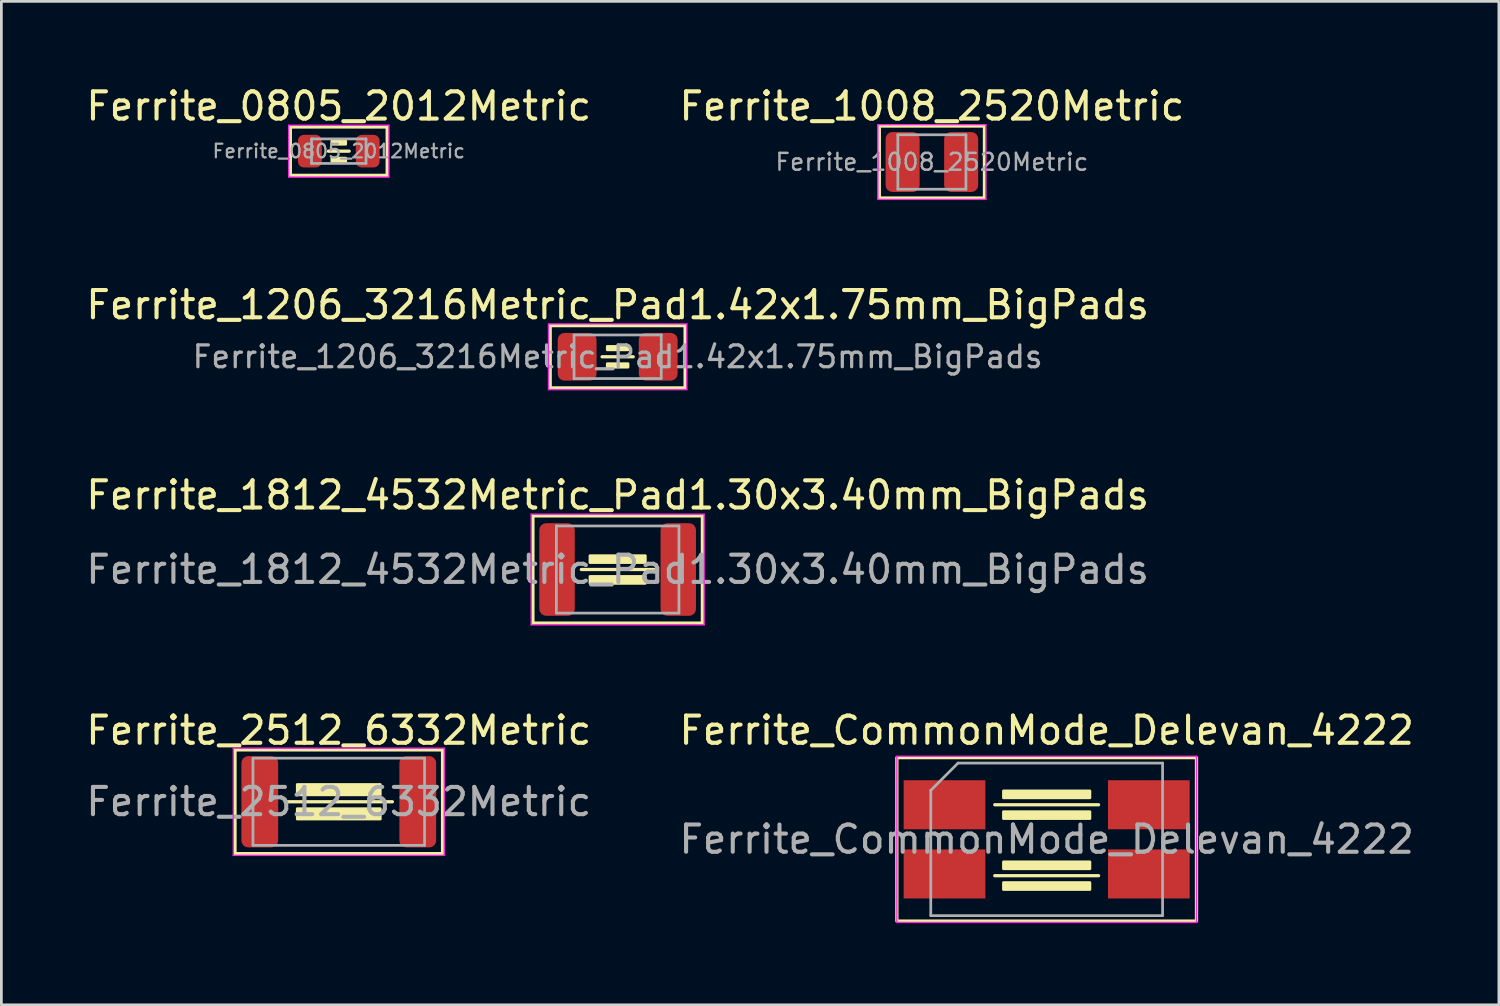
<source format=kicad_pcb>
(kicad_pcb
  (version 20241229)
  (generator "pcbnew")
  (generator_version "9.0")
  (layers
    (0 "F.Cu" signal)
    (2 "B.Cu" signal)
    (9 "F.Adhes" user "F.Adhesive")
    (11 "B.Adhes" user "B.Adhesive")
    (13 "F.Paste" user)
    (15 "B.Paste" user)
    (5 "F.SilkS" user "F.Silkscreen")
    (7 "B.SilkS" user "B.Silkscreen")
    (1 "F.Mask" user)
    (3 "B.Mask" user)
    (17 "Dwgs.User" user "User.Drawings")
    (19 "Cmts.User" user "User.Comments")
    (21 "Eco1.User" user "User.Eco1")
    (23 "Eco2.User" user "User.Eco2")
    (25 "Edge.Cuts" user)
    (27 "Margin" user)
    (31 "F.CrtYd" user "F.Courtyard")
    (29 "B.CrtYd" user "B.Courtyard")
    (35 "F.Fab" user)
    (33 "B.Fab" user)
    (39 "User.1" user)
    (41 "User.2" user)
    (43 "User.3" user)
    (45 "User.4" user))
  (footprint "Ferrite_CommonMode_Delevan_4222"
    (layer "F.Cu")
    (at 35.375 27.764)
    (property "Reference" "Ferrite_CommonMode_Delevan_4222" (at 0 -4 0) (layer "F.SilkS") (effects (font (size 1 1) (thickness 0.15))))
    (attr smd)
    (fp_line (start -1.905 -1.27) (end 1.905 -1.27) (stroke (width 0.12) (type solid)) (layer "F.SilkS"))
    (fp_line (start -1.905 1.333) (end 1.905 1.333) (stroke (width 0.12) (type solid)) (layer "F.SilkS"))
    (fp_rect (start -5.5 -3) (end 5.5 3) (stroke (width 0.12) (type solid)) (fill no) (layer "F.SilkS"))
    (fp_poly (pts (xy 1.587 -1.778) (xy 1.587 -1.524) (xy -1.587 -1.524) (xy -1.587 -1.778)) (stroke (width 0.1) (type solid)) (fill yes) (layer "F.SilkS"))
    (fp_poly (pts (xy 1.587 -1.016) (xy 1.587 -0.762) (xy -1.587 -0.762) (xy -1.587 -1.016)) (stroke (width 0.1) (type solid)) (fill yes) (layer "F.SilkS"))
    (fp_poly (pts (xy 1.587 0.826) (xy 1.587 1.079) (xy -1.587 1.079) (xy -1.587 0.826)) (stroke (width 0.1) (type solid)) (fill yes) (layer "F.SilkS"))
    (fp_poly (pts (xy 1.587 1.587) (xy 1.587 1.841) (xy -1.587 1.841) (xy -1.587 1.587)) (stroke (width 0.1) (type solid)) (fill yes) (layer "F.SilkS"))
    (fp_line (start -5.5 -3.05) (end 5.5 -3.05) (stroke (width 0.05) (type solid)) (layer "F.CrtYd"))
    (fp_line (start -5.5 3.05) (end -5.5 -3.05) (stroke (width 0.05) (type solid)) (layer "F.CrtYd"))
    (fp_line (start 5.5 -3.05) (end 5.5 3.05) (stroke (width 0.05) (type solid)) (layer "F.CrtYd"))
    (fp_line (start 5.5 3.05) (end -5.5 3.05) (stroke (width 0.05) (type solid)) (layer "F.CrtYd"))
    (fp_line (start -4.255 -1.8) (end -4.255 2.8) (stroke (width 0.1) (type solid)) (layer "F.Fab"))
    (fp_line (start -4.255 -1.8) (end -3.255 -2.8) (stroke (width 0.1) (type solid)) (layer "F.Fab"))
    (fp_line (start -3.255 -2.8) (end 4.255 -2.8) (stroke (width 0.1) (type solid)) (layer "F.Fab"))
    (fp_line (start 4.255 -2.8) (end 4.255 2.8) (stroke (width 0.1) (type solid)) (layer "F.Fab"))
    (fp_line (start 4.255 2.8) (end -4.255 2.8) (stroke (width 0.1) (type solid)) (layer "F.Fab"))
    (fp_text user "${REFERENCE}" (at 0 0 0) (layer "F.Fab") (effects (font (size 1 1) (thickness 0.15))))
    (pad "1" smd rect (at -3.75 -1.27) (size 3 1.8) (layers "F.Cu" "F.Mask" "F.Paste"))
    (pad "2" smd rect (at -3.75 1.27) (size 3 1.8) (layers "F.Cu" "F.Mask" "F.Paste"))
    (pad "3" smd rect (at 3.75 1.27) (size 3 1.8) (layers "F.Cu" "F.Mask" "F.Paste"))
    (pad "4" smd rect (at 3.75 -1.27) (size 3 1.8) (layers "F.Cu" "F.Mask" "F.Paste")))
  (footprint "Ferrite_1812_4532Metric_Pad1.30x3.40mm_BigPads"
    (layer "F.Cu")
    (at 19.625 17.858)
    (property "Reference" "Ferrite_1812_4532Metric_Pad1.30x3.40mm_BigPads" (at 0 -2.731 0) (layer "F.SilkS") (effects (font (size 1 1) (thickness 0.15))))
    (attr smd)
    (fp_line (start -3.111 -1.968) (end 3.111 -1.968) (stroke (width 0.12) (type solid)) (layer "F.SilkS"))
    (fp_line (start -3.111 1.968) (end -3.111 -1.968) (stroke (width 0.12) (type solid)) (layer "F.SilkS"))
    (fp_line (start -1.333 0) (end 1.333 0) (stroke (width 0.12) (type solid)) (layer "F.SilkS"))
    (fp_line (start 3.111 -1.968) (end 3.111 1.968) (stroke (width 0.12) (type solid)) (layer "F.SilkS"))
    (fp_line (start 3.111 1.968) (end -3.111 1.968) (stroke (width 0.12) (type solid)) (layer "F.SilkS"))
    (fp_poly (pts (xy 1.016 -0.254) (xy -1.016 -0.254) (xy -1.016 -0.508) (xy 1.016 -0.508)) (stroke (width 0.1) (type solid)) (fill yes) (layer "F.SilkS"))
    (fp_poly (pts (xy 1.016 0.508) (xy -1.016 0.508) (xy -1.016 0.254) (xy 1.016 0.254)) (stroke (width 0.1) (type solid)) (fill yes) (layer "F.SilkS"))
    (fp_line (start -3.175 -2.032) (end 3.175 -2.032) (stroke (width 0.05) (type solid)) (layer "F.CrtYd"))
    (fp_line (start -3.175 2.032) (end -3.175 -2.032) (stroke (width 0.05) (type solid)) (layer "F.CrtYd"))
    (fp_line (start 3.175 -2.032) (end 3.175 2.032) (stroke (width 0.05) (type solid)) (layer "F.CrtYd"))
    (fp_line (start 3.175 2.032) (end -3.175 2.032) (stroke (width 0.05) (type solid)) (layer "F.CrtYd"))
    (fp_line (start -2.25 -1.6) (end 2.25 -1.6) (stroke (width 0.1) (type solid)) (layer "F.Fab"))
    (fp_line (start -2.25 1.6) (end -2.25 -1.6) (stroke (width 0.1) (type solid)) (layer "F.Fab"))
    (fp_line (start 2.25 -1.6) (end 2.25 1.6) (stroke (width 0.1) (type solid)) (layer "F.Fab"))
    (fp_line (start 2.25 1.6) (end -2.25 1.6) (stroke (width 0.1) (type solid)) (layer "F.Fab"))
    (fp_text user "${REFERENCE}" (at 0 0 0) (layer "F.Fab") (effects (font (size 1 1) (thickness 0.15))))
    (pad "1" smd roundrect (at -2.225 0) (size 1.3 3.4) (layers "F.Cu" "F.Mask" "F.Paste") (roundrect_rratio 0.192))
    (pad "2" smd roundrect (at 2.225 0) (size 1.3 3.4) (layers "F.Cu" "F.Mask" "F.Paste") (roundrect_rratio 0.192)))
  (footprint "Ferrite_2512_6332Metric"
    (layer "F.Cu")
    (at 9.387 26.384)
    (property "Reference" "Ferrite_2512_6332Metric" (at 0 -2.62 0) (layer "F.SilkS") (effects (font (size 1 1) (thickness 0.15))))
    (attr smd)
    (fp_line (start -3.81 -1.905) (end 3.81 -1.905) (stroke (width 0.12) (type solid)) (layer "F.SilkS"))
    (fp_line (start -3.81 1.905) (end -3.81 -1.905) (stroke (width 0.12) (type solid)) (layer "F.SilkS"))
    (fp_line (start -1.968 0) (end 1.968 0) (stroke (width 0.12) (type solid)) (layer "F.SilkS"))
    (fp_line (start 3.81 -1.905) (end 3.81 1.905) (stroke (width 0.12) (type solid)) (layer "F.SilkS"))
    (fp_line (start 3.81 1.905) (end -3.81 1.905) (stroke (width 0.12) (type solid)) (layer "F.SilkS"))
    (fp_poly (pts (xy 1.524 -0.254) (xy -1.524 -0.254) (xy -1.524 -0.635) (xy 1.524 -0.635)) (stroke (width 0.1) (type solid)) (fill yes) (layer "F.SilkS"))
    (fp_poly (pts (xy 1.524 0.635) (xy -1.524 0.635) (xy -1.524 0.254) (xy 1.524 0.254)) (stroke (width 0.1) (type solid)) (fill yes) (layer "F.SilkS"))
    (fp_line (start -3.873 -1.968) (end 3.873 -1.968) (stroke (width 0.05) (type solid)) (layer "F.CrtYd"))
    (fp_line (start -3.873 1.968) (end -3.873 -1.968) (stroke (width 0.05) (type solid)) (layer "F.CrtYd"))
    (fp_line (start 3.873 -1.968) (end 3.873 1.968) (stroke (width 0.05) (type solid)) (layer "F.CrtYd"))
    (fp_line (start 3.873 1.968) (end -3.873 1.968) (stroke (width 0.05) (type solid)) (layer "F.CrtYd"))
    (fp_line (start -3.15 -1.6) (end 3.15 -1.6) (stroke (width 0.1) (type solid)) (layer "F.Fab"))
    (fp_line (start -3.15 1.6) (end -3.15 -1.6) (stroke (width 0.1) (type solid)) (layer "F.Fab"))
    (fp_line (start 3.15 -1.6) (end 3.15 1.6) (stroke (width 0.1) (type solid)) (layer "F.Fab"))
    (fp_line (start 3.15 1.6) (end -3.15 1.6) (stroke (width 0.1) (type solid)) (layer "F.Fab"))
    (fp_text user "${REFERENCE}" (at 0 0 0) (layer "F.Fab") (effects (font (size 1 1) (thickness 0.15))))
    (pad "1" smd roundrect (at -2.9 0) (size 1.35 3.35) (layers "F.Cu" "F.Mask" "F.Paste") (roundrect_rratio 0.185))
    (pad "2" smd roundrect (at 2.9 0) (size 1.35 3.35) (layers "F.Cu" "F.Mask" "F.Paste") (roundrect_rratio 0.185)))
  (footprint "Ferrite_1008_2520Metric"
    (layer "F.Cu")
    (at 31.161 2.898)
    (property "Reference" "Ferrite_1008_2520Metric" (at 0 -2.05 0) (layer "F.SilkS") (effects (font (size 1 1) (thickness 0.15))))
    (attr smd)
    (fp_line (start -1.93 -1.321) (end 1.93 -1.321) (stroke (width 0.12) (type solid)) (layer "F.SilkS"))
    (fp_line (start -1.93 1.321) (end -1.93 -1.321) (stroke (width 0.12) (type solid)) (layer "F.SilkS"))
    (fp_line (start 1.93 -1.321) (end 1.93 1.321) (stroke (width 0.12) (type solid)) (layer "F.SilkS"))
    (fp_line (start 1.93 1.321) (end -1.93 1.321) (stroke (width 0.12) (type solid)) (layer "F.SilkS"))
    (fp_line (start -1.981 -1.372) (end 1.981 -1.372) (stroke (width 0.05) (type solid)) (layer "F.CrtYd"))
    (fp_line (start -1.981 1.372) (end -1.981 -1.372) (stroke (width 0.05) (type solid)) (layer "F.CrtYd"))
    (fp_line (start 1.981 -1.372) (end 1.981 1.372) (stroke (width 0.05) (type solid)) (layer "F.CrtYd"))
    (fp_line (start 1.981 1.372) (end -1.981 1.372) (stroke (width 0.05) (type solid)) (layer "F.CrtYd"))
    (fp_line (start -1.25 -1) (end 1.25 -1) (stroke (width 0.1) (type solid)) (layer "F.Fab"))
    (fp_line (start -1.25 1) (end -1.25 -1) (stroke (width 0.1) (type solid)) (layer "F.Fab"))
    (fp_line (start 1.25 -1) (end 1.25 1) (stroke (width 0.1) (type solid)) (layer "F.Fab"))
    (fp_line (start 1.25 1) (end -1.25 1) (stroke (width 0.1) (type solid)) (layer "F.Fab"))
    (fp_text user "${REFERENCE}" (at 0 0 0) (layer "F.Fab") (effects (font (size 0.62 0.62) (thickness 0.09))))
    (pad "1" smd roundrect (at -1.075 0) (size 1.25 2.2) (layers "F.Cu" "F.Mask" "F.Paste") (roundrect_rratio 0.2))
    (pad "2" smd roundrect (at 1.075 0) (size 1.25 2.2) (layers "F.Cu" "F.Mask" "F.Paste") (roundrect_rratio 0.2)))
  (footprint "Ferrite_1206_3216Metric_Pad1.42x1.75mm_BigPads"
    (layer "F.Cu")
    (at 19.625 10.048)
    (property "Reference" "Ferrite_1206_3216Metric_Pad1.42x1.75mm_BigPads" (at 0 -1.905 0) (layer "F.SilkS") (effects (font (size 1 1) (thickness 0.15))))
    (attr smd)
    (fp_line (start -2.477 -1.143) (end 2.477 -1.143) (stroke (width 0.12) (type solid)) (layer "F.SilkS"))
    (fp_line (start -2.477 1.143) (end -2.477 -1.143) (stroke (width 0.12) (type solid)) (layer "F.SilkS"))
    (fp_line (start -0.572 0) (end 0.572 0) (stroke (width 0.12) (type solid)) (layer "F.SilkS"))
    (fp_line (start 2.477 -1.143) (end 2.477 1.143) (stroke (width 0.12) (type solid)) (layer "F.SilkS"))
    (fp_line (start 2.477 1.143) (end -2.477 1.143) (stroke (width 0.12) (type solid)) (layer "F.SilkS"))
    (fp_poly (pts (xy 0.381 -0.254) (xy -0.381 -0.254) (xy -0.381 -0.381) (xy 0.381 -0.381)) (stroke (width 0.1) (type solid)) (fill yes) (layer "F.SilkS"))
    (fp_poly (pts (xy 0.381 0.381) (xy -0.381 0.381) (xy -0.381 0.254) (xy 0.381 0.254)) (stroke (width 0.1) (type solid)) (fill yes) (layer "F.SilkS"))
    (fp_line (start -2.54 -1.206) (end 2.54 -1.206) (stroke (width 0.05) (type solid)) (layer "F.CrtYd"))
    (fp_line (start -2.54 1.206) (end -2.54 -1.206) (stroke (width 0.05) (type solid)) (layer "F.CrtYd"))
    (fp_line (start 2.54 -1.206) (end 2.54 1.206) (stroke (width 0.05) (type solid)) (layer "F.CrtYd"))
    (fp_line (start 2.54 1.206) (end -2.54 1.206) (stroke (width 0.05) (type solid)) (layer "F.CrtYd"))
    (fp_line (start -1.6 -0.8) (end 1.6 -0.8) (stroke (width 0.1) (type solid)) (layer "F.Fab"))
    (fp_line (start -1.6 0.8) (end -1.6 -0.8) (stroke (width 0.1) (type solid)) (layer "F.Fab"))
    (fp_line (start 1.6 -0.8) (end 1.6 0.8) (stroke (width 0.1) (type solid)) (layer "F.Fab"))
    (fp_line (start 1.6 0.8) (end -1.6 0.8) (stroke (width 0.1) (type solid)) (layer "F.Fab"))
    (fp_text user "${REFERENCE}" (at 0 0 0) (layer "F.Fab") (effects (font (size 0.8 0.8) (thickness 0.12))))
    (pad "1" smd roundrect (at -1.488 0) (size 1.425 1.75) (layers "F.Cu" "F.Mask" "F.Paste") (roundrect_rratio 0.175))
    (pad "2" smd roundrect (at 1.488 0) (size 1.425 1.75) (layers "F.Cu" "F.Mask" "F.Paste") (roundrect_rratio 0.175)))
  (footprint "Ferrite_0805_2012Metric"
    (layer "F.Cu")
    (at 9.387 2.499)
    (property "Reference" "Ferrite_0805_2012Metric" (at 0 -1.651 0) (layer "F.SilkS") (effects (font (size 1 1) (thickness 0.15))))
    (attr smd)
    (fp_line (start -1.778 -0.889) (end 1.778 -0.889) (stroke (width 0.12) (type solid)) (layer "F.SilkS"))
    (fp_line (start -1.778 0.889) (end -1.778 -0.889) (stroke (width 0.12) (type solid)) (layer "F.SilkS"))
    (fp_line (start -0.381 0) (end 0.381 0) (stroke (width 0.12) (type solid)) (layer "F.SilkS"))
    (fp_line (start 1.778 -0.889) (end 1.778 0.889) (stroke (width 0.12) (type solid)) (layer "F.SilkS"))
    (fp_line (start 1.778 0.889) (end -1.778 0.889) (stroke (width 0.12) (type solid)) (layer "F.SilkS"))
    (fp_poly (pts (xy -0.254 0.254) (xy 0.254 0.254) (xy 0.254 0.381) (xy -0.254 0.381)) (stroke (width 0.1) (type solid)) (fill yes) (layer "F.SilkS"))
    (fp_poly (pts (xy 0.254 -0.254) (xy -0.254 -0.254) (xy -0.254 -0.381) (xy 0.254 -0.381)) (stroke (width 0.1) (type solid)) (fill yes) (layer "F.SilkS"))
    (fp_line (start -1.841 -0.953) (end 1.841 -0.953) (stroke (width 0.05) (type solid)) (layer "F.CrtYd"))
    (fp_line (start -1.841 0.953) (end -1.841 -0.953) (stroke (width 0.05) (type solid)) (layer "F.CrtYd"))
    (fp_line (start 1.841 -0.953) (end 1.841 0.953) (stroke (width 0.05) (type solid)) (layer "F.CrtYd"))
    (fp_line (start 1.841 0.953) (end -1.841 0.953) (stroke (width 0.05) (type solid)) (layer "F.CrtYd"))
    (fp_line (start -1 -0.45) (end 1 -0.45) (stroke (width 0.1) (type solid)) (layer "F.Fab"))
    (fp_line (start -1 0.45) (end -1 -0.45) (stroke (width 0.1) (type solid)) (layer "F.Fab"))
    (fp_line (start 1 -0.45) (end 1 0.45) (stroke (width 0.1) (type solid)) (layer "F.Fab"))
    (fp_line (start 1 0.45) (end -1 0.45) (stroke (width 0.1) (type solid)) (layer "F.Fab"))
    (fp_text user "${REFERENCE}" (at 0 0 0) (layer "F.Fab") (effects (font (size 0.5 0.5) (thickness 0.08))))
    (pad "1" smd roundrect (at -1.062 0) (size 0.875 1.2) (layers "F.Cu" "F.Mask" "F.Paste") (roundrect_rratio 0.25))
    (pad "2" smd roundrect (at 1.062 0) (size 0.875 1.2) (layers "F.Cu" "F.Mask" "F.Paste") (roundrect_rratio 0.25)))
  (gr_rect
    (start -3 -3)
    (end 51.976 33.839)
    (stroke (width 0.1) (type default))
    (fill no)
    (layer "Edge.Cuts")))
</source>
